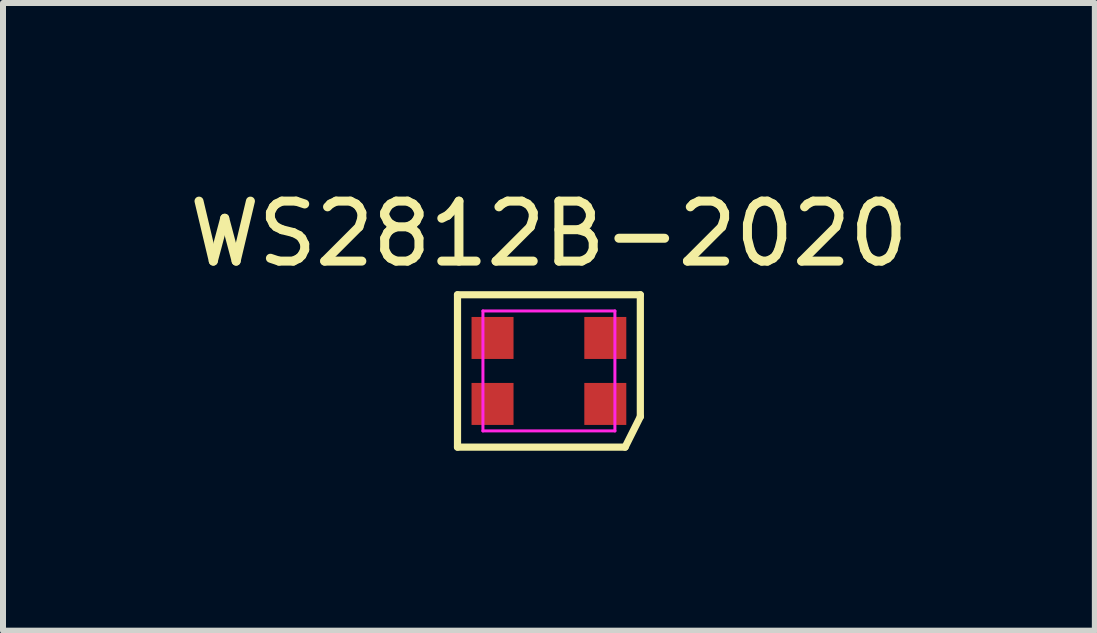
<source format=kicad_pcb>
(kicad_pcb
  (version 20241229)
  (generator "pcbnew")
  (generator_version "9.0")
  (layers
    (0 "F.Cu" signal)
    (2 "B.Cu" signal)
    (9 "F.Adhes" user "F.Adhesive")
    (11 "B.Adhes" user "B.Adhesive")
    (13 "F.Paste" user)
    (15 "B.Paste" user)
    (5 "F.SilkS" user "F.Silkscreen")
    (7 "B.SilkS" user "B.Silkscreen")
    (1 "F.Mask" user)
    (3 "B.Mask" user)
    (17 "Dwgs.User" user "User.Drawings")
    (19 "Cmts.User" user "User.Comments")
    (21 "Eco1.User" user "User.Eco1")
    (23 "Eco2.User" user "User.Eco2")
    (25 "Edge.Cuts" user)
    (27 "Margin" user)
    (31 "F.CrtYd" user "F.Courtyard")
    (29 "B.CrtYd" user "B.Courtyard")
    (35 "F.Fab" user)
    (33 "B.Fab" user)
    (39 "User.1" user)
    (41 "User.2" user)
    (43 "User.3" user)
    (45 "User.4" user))
  (footprint "WS2812B-2020"
    (layer "F.Cu")
    (at 6.101 3.134)
    (property "Reference" "WS2812B-2020" (at 0 -2.286 180) (layer "F.SilkS") (effects (font (size 1 1) (thickness 0.15))))
    (attr smd)
    (fp_line (start -1.524 -1.27) (end 1.524 -1.27) (stroke (width 0.12) (type solid)) (layer "F.SilkS"))
    (fp_line (start -1.524 1.27) (end -1.524 -1.27) (stroke (width 0.12) (type solid)) (layer "F.SilkS"))
    (fp_line (start 1.27 1.27) (end -1.524 1.27) (stroke (width 0.12) (type solid)) (layer "F.SilkS"))
    (fp_line (start 1.524 -1.27) (end 1.524 0.762) (stroke (width 0.12) (type solid)) (layer "F.SilkS"))
    (fp_line (start 1.524 0.762) (end 1.27 1.27) (stroke (width 0.12) (type solid)) (layer "F.SilkS"))
    (fp_line (start -1.1 1) (end -1.1 -1) (stroke (width 0.05) (type solid)) (layer "F.CrtYd"))
    (fp_line (start -1.1 1) (end 1.1 1) (stroke (width 0.05) (type solid)) (layer "F.CrtYd"))
    (fp_line (start 1.1 -1) (end -1.1 -1) (stroke (width 0.05) (type solid)) (layer "F.CrtYd"))
    (fp_line (start 1.1 1) (end 1.1 -1) (stroke (width 0.05) (type solid)) (layer "F.CrtYd"))
    (pad "1" smd rect (at 0.94 0.55 180) (size 0.7 0.7) (layers "F.Cu" "F.Mask" "F.Paste"))
    (pad "2" smd rect (at 0.94 -0.55 180) (size 0.7 0.7) (layers "F.Cu" "F.Mask" "F.Paste"))
    (pad "3" smd rect (at -0.94 -0.55 180) (size 0.7 0.7) (layers "F.Cu" "F.Mask" "F.Paste"))
    (pad "4" smd rect (at -0.94 0.55 180) (size 0.7 0.7) (layers "F.Cu" "F.Mask" "F.Paste")))
  (gr_rect
    (start -3 -3)
    (end 15.202 7.464)
    (stroke (width 0.1) (type default))
    (fill no)
    (layer "Edge.Cuts")))
</source>
